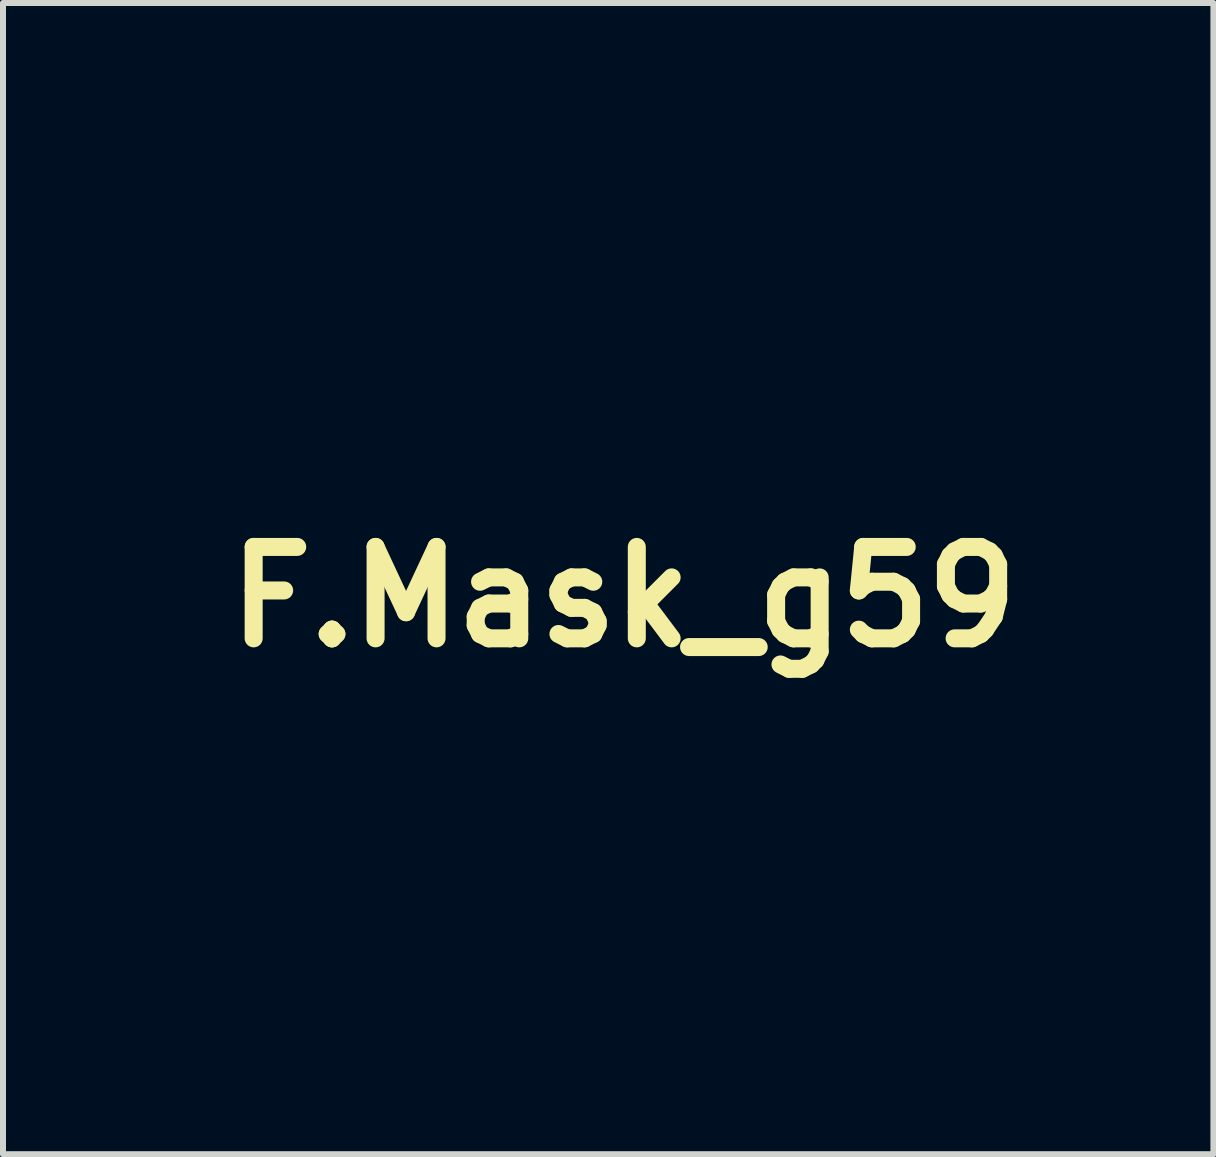
<source format=kicad_pcb>
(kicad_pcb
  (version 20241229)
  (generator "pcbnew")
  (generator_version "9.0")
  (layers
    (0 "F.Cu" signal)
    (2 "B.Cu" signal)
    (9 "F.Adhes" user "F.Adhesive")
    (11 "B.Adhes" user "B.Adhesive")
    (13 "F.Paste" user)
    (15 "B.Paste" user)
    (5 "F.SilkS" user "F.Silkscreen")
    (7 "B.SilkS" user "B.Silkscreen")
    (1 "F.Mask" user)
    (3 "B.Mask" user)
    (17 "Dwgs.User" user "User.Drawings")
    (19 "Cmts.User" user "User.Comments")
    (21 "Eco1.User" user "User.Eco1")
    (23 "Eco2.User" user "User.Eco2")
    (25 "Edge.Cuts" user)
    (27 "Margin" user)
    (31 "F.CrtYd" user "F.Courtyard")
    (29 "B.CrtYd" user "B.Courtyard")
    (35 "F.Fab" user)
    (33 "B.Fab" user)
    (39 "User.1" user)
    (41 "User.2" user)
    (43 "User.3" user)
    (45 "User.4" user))
  (footprint "F.Mask_g59"
    (layer "F.Cu")
    (at 7.347 6.901)
    (property "Reference" "F.Mask_g59" (at 0 0 0) (layer "F.SilkS") (effects (font (size 1.524 1.524) (thickness 0.3))))
    (attr through_hole)
    (fp_poly (pts (xy 1.327 -0.195) (xy 1.349 -0.157) (xy 1.35 -0.13) (xy 1.327 -0.101) (xy 1.284 -0.087) (xy 1.246 -0.095) (xy 1.243 -0.098) (xy 1.228 -0.138) (xy 1.239 -0.186) (xy 1.257 -0.21) (xy 1.292 -0.217) (xy 1.327 -0.195)) (stroke (width 0.01) (type solid)) (fill yes) (layer "F.Mask"))
    (fp_poly (pts (xy 1.699 -2.998) (xy 1.739 -2.961) (xy 1.743 -2.953) (xy 1.755 -2.884) (xy 1.736 -2.837) (xy 1.695 -2.815) (xy 1.64 -2.823) (xy 1.579 -2.865) (xy 1.576 -2.867) (xy 1.54 -2.921) (xy 1.545 -2.969) (xy 1.589 -3.006) (xy 1.642 -3.015) (xy 1.699 -2.998)) (stroke (width 0.01) (type solid)) (fill yes) (layer "F.Mask"))
    (fp_poly (pts (xy -5.676 -2.595) (xy -5.664 -2.591) (xy -5.637 -2.561) (xy -5.632 -2.511) (xy -5.646 -2.458) (xy -5.669 -2.427) (xy -5.714 -2.397) (xy -5.752 -2.402) (xy -5.795 -2.444) (xy -5.798 -2.448) (xy -5.832 -2.496) (xy -5.838 -2.529) (xy -5.818 -2.561) (xy -5.809 -2.57) (xy -5.75 -2.601) (xy -5.676 -2.595)) (stroke (width 0.01) (type solid)) (fill yes) (layer "F.Mask"))
    (fp_poly (pts (xy 0.108 0.028) (xy 0.153 0.069) (xy 0.168 0.124) (xy 0.149 0.185) (xy 0.127 0.212) (xy 0.064 0.249) (xy -0.008 0.246) (xy -0.059 0.221) (xy -0.095 0.174) (xy -0.105 0.113) (xy -0.087 0.058) (xy -0.072 0.041) (xy -0.028 0.021) (xy 0.032 0.013) (xy 0.036 0.013) (xy 0.108 0.028)) (stroke (width 0.01) (type solid)) (fill yes) (layer "F.Mask"))
    (fp_poly (pts (xy 3.806 -3.647) (xy 3.852 -3.612) (xy 3.869 -3.566) (xy 3.854 -3.518) (xy 3.804 -3.477) (xy 3.799 -3.475) (xy 3.743 -3.454) (xy 3.706 -3.457) (xy 3.668 -3.487) (xy 3.662 -3.493) (xy 3.624 -3.551) (xy 3.624 -3.605) (xy 3.66 -3.644) (xy 3.726 -3.661) (xy 3.735 -3.661) (xy 3.806 -3.647)) (stroke (width 0.01) (type solid)) (fill yes) (layer "F.Mask"))
    (fp_poly (pts (xy -5.101 -4.05) (xy -5.061 -4.033) (xy -4.989 -3.979) (xy -4.956 -3.913) (xy -4.964 -3.841) (xy -5.012 -3.768) (xy -5.015 -3.766) (xy -5.087 -3.716) (xy -5.161 -3.708) (xy -5.218 -3.729) (xy -5.283 -3.782) (xy -5.311 -3.854) (xy -5.313 -3.883) (xy -5.295 -3.966) (xy -5.249 -4.025) (xy -5.181 -4.054) (xy -5.101 -4.05)) (stroke (width 0.01) (type solid)) (fill yes) (layer "F.Mask"))
    (fp_poly (pts (xy -0.592 -2.774) (xy -0.54 -2.731) (xy -0.511 -2.667) (xy -0.508 -2.637) (xy -0.525 -2.551) (xy -0.571 -2.491) (xy -0.639 -2.461) (xy -0.72 -2.467) (xy -0.756 -2.481) (xy -0.802 -2.524) (xy -0.83 -2.59) (xy -0.835 -2.663) (xy -0.827 -2.694) (xy -0.785 -2.756) (xy -0.725 -2.788) (xy -0.657 -2.794) (xy -0.592 -2.774)) (stroke (width 0.01) (type solid)) (fill yes) (layer "F.Mask"))
    (fp_poly (pts (xy 3.757 -0.196) (xy 3.764 -0.19) (xy 3.797 -0.137) (xy 3.81 -0.071) (xy 3.801 -0.01) (xy 3.785 0.017) (xy 3.736 0.039) (xy 3.671 0.04) (xy 3.608 0.021) (xy 3.576 -0.001) (xy 3.545 -0.056) (xy 3.556 -0.117) (xy 3.609 -0.182) (xy 3.612 -0.185) (xy 3.665 -0.224) (xy 3.709 -0.227) (xy 3.757 -0.196)) (stroke (width 0.01) (type solid)) (fill yes) (layer "F.Mask"))
    (fp_poly (pts (xy -3.533 -3.697) (xy -3.485 -3.673) (xy -3.48 -3.667) (xy -3.455 -3.607) (xy -3.454 -3.538) (xy -3.476 -3.478) (xy -3.489 -3.464) (xy -3.547 -3.435) (xy -3.616 -3.429) (xy -3.68 -3.447) (xy -3.714 -3.476) (xy -3.742 -3.543) (xy -3.742 -3.613) (xy -3.715 -3.669) (xy -3.713 -3.671) (xy -3.665 -3.696) (xy -3.599 -3.704) (xy -3.533 -3.697)) (stroke (width 0.01) (type solid)) (fill yes) (layer "F.Mask"))
    (fp_poly (pts (xy 4.687 -2.97) (xy 4.754 -2.928) (xy 4.817 -2.864) (xy 4.869 -2.788) (xy 4.903 -2.708) (xy 4.91 -2.655) (xy 4.898 -2.585) (xy 4.863 -2.548) (xy 4.81 -2.546) (xy 4.743 -2.58) (xy 4.712 -2.604) (xy 4.656 -2.667) (xy 4.613 -2.741) (xy 4.585 -2.818) (xy 4.575 -2.889) (xy 4.583 -2.944) (xy 4.612 -2.976) (xy 4.626 -2.98) (xy 4.687 -2.97)) (stroke (width 0.01) (type solid)) (fill yes) (layer "F.Mask"))
    (fp_poly (pts (xy -5.096 2.445) (xy -5.02 2.483) (xy -4.938 2.543) (xy -4.859 2.619) (xy -4.788 2.704) (xy -4.734 2.789) (xy -4.703 2.869) (xy -4.699 2.905) (xy -4.713 2.968) (xy -4.752 2.999) (xy -4.813 2.996) (xy -4.883 2.964) (xy -4.974 2.896) (xy -5.063 2.808) (xy -5.136 2.714) (xy -5.165 2.666) (xy -5.194 2.591) (xy -5.203 2.52) (xy -5.192 2.466) (xy -5.163 2.439) (xy -5.16 2.438) (xy -5.096 2.445)) (stroke (width 0.01) (type solid)) (fill yes) (layer "F.Mask"))
    (fp_poly (pts (xy -2.064 4.082) (xy -1.935 4.116) (xy -1.809 4.167) (xy -1.697 4.232) (xy -1.619 4.297) (xy -1.581 4.353) (xy -1.58 4.4) (xy -1.613 4.435) (xy -1.674 4.456) (xy -1.76 4.463) (xy -1.867 4.454) (xy -1.968 4.433) (xy -2.09 4.393) (xy -2.198 4.345) (xy -2.286 4.29) (xy -2.349 4.234) (xy -2.381 4.181) (xy -2.38 4.143) (xy -2.352 4.114) (xy -2.3 4.088) (xy -2.283 4.082) (xy -2.183 4.07) (xy -2.064 4.082)) (stroke (width 0.01) (type solid)) (fill yes) (layer "F.Mask"))
    (fp_poly (pts (xy 4.417 2.195) (xy 4.417 2.256) (xy 4.417 2.259) (xy 4.393 2.342) (xy 4.351 2.442) (xy 4.297 2.546) (xy 4.238 2.638) (xy 4.212 2.672) (xy 4.164 2.726) (xy 4.132 2.748) (xy 4.109 2.745) (xy 4.099 2.738) (xy 4.084 2.696) (xy 4.085 2.627) (xy 4.103 2.543) (xy 4.134 2.455) (xy 4.151 2.417) (xy 4.207 2.323) (xy 4.263 2.248) (xy 4.317 2.196) (xy 4.363 2.168) (xy 4.398 2.167) (xy 4.417 2.195)) (stroke (width 0.01) (type solid)) (fill yes) (layer "F.Mask"))
    (fp_poly (pts (xy 1.496 1.683) (xy 1.573 1.739) (xy 1.631 1.829) (xy 1.634 1.836) (xy 1.664 1.948) (xy 1.655 2.052) (xy 1.608 2.143) (xy 1.524 2.215) (xy 1.501 2.228) (xy 1.407 2.258) (xy 1.303 2.262) (xy 1.208 2.242) (xy 1.173 2.225) (xy 1.106 2.163) (xy 1.06 2.077) (xy 1.036 1.98) (xy 1.039 1.885) (xy 1.071 1.804) (xy 1.074 1.801) (xy 1.145 1.733) (xy 1.239 1.683) (xy 1.339 1.658) (xy 1.391 1.658) (xy 1.496 1.683)) (stroke (width 0.01) (type solid)) (fill yes) (layer "F.Mask"))
    (fp_poly (pts (xy 2.622 -0.071) (xy 2.741 -0.022) (xy 2.808 0.027) (xy 2.889 0.122) (xy 2.933 0.228) (xy 2.942 0.338) (xy 2.915 0.445) (xy 2.853 0.54) (xy 2.804 0.584) (xy 2.716 0.629) (xy 2.606 0.652) (xy 2.493 0.65) (xy 2.392 0.624) (xy 2.392 0.624) (xy 2.279 0.555) (xy 2.199 0.468) (xy 2.152 0.37) (xy 2.138 0.266) (xy 2.156 0.165) (xy 2.208 0.071) (xy 2.293 -0.008) (xy 2.376 -0.052) (xy 2.498 -0.081) (xy 2.622 -0.071)) (stroke (width 0.01) (type solid)) (fill yes) (layer "F.Mask"))
    (fp_poly (pts (xy -2.466 0.622) (xy -2.414 0.641) (xy -2.362 0.665) (xy -2.256 0.733) (xy -2.187 0.816) (xy -2.154 0.919) (xy -2.149 0.987) (xy -2.169 1.097) (xy -2.219 1.189) (xy -2.294 1.258) (xy -2.385 1.3) (xy -2.485 1.311) (xy -2.588 1.287) (xy -2.625 1.268) (xy -2.731 1.191) (xy -2.798 1.111) (xy -2.826 1.024) (xy -2.819 0.925) (xy -2.815 0.91) (xy -2.774 0.819) (xy -2.708 0.733) (xy -2.628 0.665) (xy -2.56 0.632) (xy -2.51 0.62) (xy -2.466 0.622)) (stroke (width 0.01) (type solid)) (fill yes) (layer "F.Mask"))
    (fp_poly (pts (xy -3.492 -0.149) (xy -3.413 -0.092) (xy -3.358 -0.013) (xy -3.331 0.067) (xy -3.324 0.143) (xy -3.337 0.205) (xy -3.366 0.245) (xy -3.396 0.254) (xy -3.427 0.243) (xy -3.475 0.216) (xy -3.482 0.212) (xy -3.565 0.179) (xy -3.663 0.171) (xy -3.759 0.189) (xy -3.791 0.202) (xy -3.852 0.221) (xy -3.892 0.209) (xy -3.913 0.173) (xy -3.916 0.12) (xy -3.902 0.055) (xy -3.869 -0.014) (xy -3.82 -0.081) (xy -3.761 -0.136) (xy -3.676 -0.174) (xy -3.584 -0.177) (xy -3.492 -0.149)) (stroke (width 0.01) (type solid)) (fill yes) (layer "F.Mask"))
    (fp_poly (pts (xy -0.357 -1.333) (xy -0.276 -1.293) (xy -0.23 -1.245) (xy -0.208 -1.2) (xy -0.188 -1.139) (xy -0.174 -1.074) (xy -0.167 -1.017) (xy -0.17 -0.981) (xy -0.178 -0.974) (xy -0.203 -0.983) (xy -0.253 -1.006) (xy -0.292 -1.027) (xy -0.36 -1.061) (xy -0.412 -1.075) (xy -0.462 -1.07) (xy -0.527 -1.045) (xy -0.567 -1.027) (xy -0.631 -0.999) (xy -0.668 -0.989) (xy -0.686 -0.997) (xy -0.691 -1.007) (xy -0.698 -1.071) (xy -0.681 -1.149) (xy -0.645 -1.222) (xy -0.621 -1.252) (xy -0.539 -1.312) (xy -0.448 -1.339) (xy -0.357 -1.333)) (stroke (width 0.01) (type solid)) (fill yes) (layer "F.Mask"))
    (fp_poly (pts (xy -2.668 -3.883) (xy -2.605 -3.853) (xy -2.541 -3.813) (xy -2.503 -3.783) (xy -2.465 -3.726) (xy -2.455 -3.658) (xy -2.461 -3.6) (xy -2.482 -3.58) (xy -2.523 -3.596) (xy -2.555 -3.619) (xy -2.63 -3.654) (xy -2.723 -3.662) (xy -2.822 -3.646) (xy -2.912 -3.607) (xy -2.974 -3.557) (xy -3.028 -3.506) (xy -3.073 -3.483) (xy -3.101 -3.493) (xy -3.102 -3.494) (xy -3.109 -3.538) (xy -3.098 -3.602) (xy -3.072 -3.67) (xy -3.044 -3.715) (xy -3.004 -3.751) (xy -2.939 -3.794) (xy -2.864 -3.836) (xy -2.791 -3.871) (xy -2.732 -3.892) (xy -2.714 -3.895) (xy -2.668 -3.883)) (stroke (width 0.01) (type solid)) (fill yes) (layer "F.Mask"))
    (fp_poly (pts (xy -4.842 -3.614) (xy -4.762 -3.605) (xy -4.707 -3.585) (xy -4.659 -3.548) (xy -4.657 -3.546) (xy -4.585 -3.448) (xy -4.544 -3.331) (xy -4.535 -3.199) (xy -4.556 -3.061) (xy -4.607 -2.922) (xy -4.687 -2.789) (xy -4.744 -2.72) (xy -4.848 -2.627) (xy -4.96 -2.561) (xy -5.074 -2.523) (xy -5.183 -2.516) (xy -5.28 -2.54) (xy -5.331 -2.572) (xy -5.402 -2.658) (xy -5.443 -2.766) (xy -5.456 -2.888) (xy -5.442 -3.02) (xy -5.403 -3.153) (xy -5.341 -3.282) (xy -5.257 -3.401) (xy -5.153 -3.502) (xy -5.073 -3.558) (xy -5.001 -3.595) (xy -4.941 -3.613) (xy -4.871 -3.615) (xy -4.842 -3.614)) (stroke (width 0.01) (type solid)) (fill yes) (layer "F.Mask"))
    (fp_poly (pts (xy 0.146 -3.825) (xy 0.266 -3.803) (xy 0.374 -3.758) (xy 0.465 -3.688) (xy 0.529 -3.599) (xy 0.556 -3.531) (xy 0.569 -3.466) (xy 0.568 -3.414) (xy 0.552 -3.388) (xy 0.545 -3.387) (xy 0.512 -3.394) (xy 0.454 -3.413) (xy 0.402 -3.432) (xy 0.27 -3.466) (xy 0.118 -3.475) (xy -0.04 -3.461) (xy -0.191 -3.426) (xy -0.319 -3.37) (xy -0.331 -3.364) (xy -0.397 -3.329) (xy -0.439 -3.325) (xy -0.46 -3.355) (xy -0.466 -3.422) (xy -0.466 -3.426) (xy -0.447 -3.535) (xy -0.394 -3.628) (xy -0.315 -3.705) (xy -0.215 -3.764) (xy -0.1 -3.805) (xy 0.022 -3.826) (xy 0.146 -3.825)) (stroke (width 0.01) (type solid)) (fill yes) (layer "F.Mask"))
    (fp_poly (pts (xy -5.556 -2.761) (xy -5.516 -2.693) (xy -5.447 -2.583) (xy -5.367 -2.51) (xy -5.269 -2.469) (xy -5.145 -2.456) (xy -5.137 -2.456) (xy -5.004 -2.475) (xy -4.872 -2.532) (xy -4.751 -2.619) (xy -4.721 -2.647) (xy -4.673 -2.693) (xy -4.637 -2.72) (xy -4.622 -2.724) (xy -4.614 -2.689) (xy -4.634 -2.635) (xy -4.677 -2.571) (xy -4.735 -2.503) (xy -4.804 -2.439) (xy -4.878 -2.385) (xy -4.921 -2.361) (xy -5.014 -2.33) (xy -5.123 -2.315) (xy -5.229 -2.317) (xy -5.308 -2.334) (xy -5.412 -2.392) (xy -5.502 -2.475) (xy -5.568 -2.574) (xy -5.605 -2.678) (xy -5.609 -2.727) (xy -5.603 -2.778) (xy -5.585 -2.79) (xy -5.556 -2.761)) (stroke (width 0.01) (type solid)) (fill yes) (layer "F.Mask"))
    (fp_poly (pts (xy -2.983 1.025) (xy -2.953 1.091) (xy -2.953 1.092) (xy -2.886 1.218) (xy -2.794 1.317) (xy -2.682 1.385) (xy -2.558 1.416) (xy -2.523 1.418) (xy -2.413 1.404) (xy -2.308 1.359) (xy -2.2 1.279) (xy -2.173 1.255) (xy -2.11 1.202) (xy -2.071 1.182) (xy -2.055 1.191) (xy -2.064 1.228) (xy -2.097 1.288) (xy -2.154 1.369) (xy -2.163 1.379) (xy -2.238 1.451) (xy -2.335 1.512) (xy -2.44 1.552) (xy -2.528 1.566) (xy -2.604 1.556) (xy -2.685 1.533) (xy -2.702 1.526) (xy -2.828 1.449) (xy -2.927 1.348) (xy -2.994 1.23) (xy -3.025 1.101) (xy -3.027 1.065) (xy -3.021 1.012) (xy -3.006 0.999) (xy -2.983 1.025)) (stroke (width 0.01) (type solid)) (fill yes) (layer "F.Mask"))
    (fp_poly (pts (xy 2.04 0.338) (xy 2.06 0.384) (xy 2.063 0.397) (xy 2.096 0.477) (xy 2.155 0.561) (xy 2.229 0.638) (xy 2.306 0.693) (xy 2.312 0.696) (xy 2.444 0.737) (xy 2.583 0.74) (xy 2.722 0.705) (xy 2.855 0.633) (xy 2.919 0.582) (xy 2.97 0.539) (xy 2.998 0.525) (xy 3.006 0.538) (xy 2.987 0.609) (xy 2.938 0.686) (xy 2.865 0.761) (xy 2.776 0.824) (xy 2.752 0.837) (xy 2.678 0.861) (xy 2.581 0.877) (xy 2.478 0.882) (xy 2.387 0.876) (xy 2.339 0.864) (xy 2.221 0.801) (xy 2.125 0.705) (xy 2.092 0.659) (xy 2.041 0.562) (xy 2.007 0.469) (xy 1.996 0.392) (xy 2.001 0.358) (xy 2.019 0.329) (xy 2.04 0.338)) (stroke (width 0.01) (type solid)) (fill yes) (layer "F.Mask"))
    (fp_poly (pts (xy 1.27 -2.101) (xy 1.402 -2.064) (xy 1.52 -2) (xy 1.618 -1.911) (xy 1.69 -1.802) (xy 1.729 -1.677) (xy 1.736 -1.6) (xy 1.732 -1.536) (xy 1.722 -1.461) (xy 1.708 -1.389) (xy 1.693 -1.329) (xy 1.679 -1.295) (xy 1.674 -1.291) (xy 1.655 -1.306) (xy 1.617 -1.345) (xy 1.572 -1.395) (xy 1.455 -1.504) (xy 1.322 -1.575) (xy 1.179 -1.607) (xy 1.138 -1.609) (xy 1.02 -1.599) (xy 0.919 -1.565) (xy 0.818 -1.501) (xy 0.795 -1.484) (xy 0.728 -1.436) (xy 0.684 -1.423) (xy 0.658 -1.447) (xy 0.648 -1.509) (xy 0.648 -1.556) (xy 0.668 -1.702) (xy 0.719 -1.834) (xy 0.798 -1.948) (xy 0.899 -2.034) (xy 0.987 -2.076) (xy 1.13 -2.106) (xy 1.27 -2.101)) (stroke (width 0.01) (type solid)) (fill yes) (layer "F.Mask"))
    (fp_poly (pts (xy 0.527 -1.449) (xy 0.56 -1.393) (xy 0.563 -1.387) (xy 0.667 -1.238) (xy 0.787 -1.116) (xy 0.918 -1.024) (xy 1.054 -0.968) (xy 1.184 -0.95) (xy 1.286 -0.959) (xy 1.385 -0.989) (xy 1.488 -1.043) (xy 1.604 -1.125) (xy 1.67 -1.178) (xy 1.738 -1.234) (xy 1.793 -1.276) (xy 1.829 -1.3) (xy 1.837 -1.303) (xy 1.833 -1.281) (xy 1.813 -1.232) (xy 1.783 -1.165) (xy 1.78 -1.157) (xy 1.689 -1.009) (xy 1.575 -0.891) (xy 1.443 -0.807) (xy 1.297 -0.757) (xy 1.143 -0.744) (xy 0.986 -0.771) (xy 0.961 -0.779) (xy 0.844 -0.834) (xy 0.729 -0.911) (xy 0.629 -1) (xy 0.569 -1.076) (xy 0.522 -1.167) (xy 0.49 -1.266) (xy 0.474 -1.358) (xy 0.479 -1.431) (xy 0.482 -1.439) (xy 0.495 -1.467) (xy 0.507 -1.472) (xy 0.527 -1.449)) (stroke (width 0.01) (type solid)) (fill yes) (layer "F.Mask"))
    (fp_poly (pts (xy 0.725 -3.487) (xy 0.742 -3.461) (xy 0.754 -3.399) (xy 0.758 -3.345) (xy 0.758 -3.255) (xy 0.744 -3.182) (xy 0.712 -3.104) (xy 0.709 -3.099) (xy 0.628 -2.98) (xy 0.516 -2.881) (xy 0.381 -2.805) (xy 0.229 -2.756) (xy 0.069 -2.735) (xy -0.093 -2.746) (xy -0.201 -2.772) (xy -0.351 -2.84) (xy -0.478 -2.935) (xy -0.578 -3.05) (xy -0.643 -3.18) (xy -0.657 -3.23) (xy -0.663 -3.289) (xy -0.651 -3.313) (xy -0.625 -3.298) (xy -0.598 -3.256) (xy -0.564 -3.205) (xy -0.511 -3.139) (xy -0.451 -3.076) (xy -0.38 -3.01) (xy -0.313 -2.966) (xy -0.231 -2.933) (xy -0.19 -2.919) (xy -0.015 -2.887) (xy 0.156 -2.895) (xy 0.319 -2.943) (xy 0.468 -3.03) (xy 0.513 -3.067) (xy 0.579 -3.14) (xy 0.637 -3.232) (xy 0.679 -3.328) (xy 0.698 -3.413) (xy 0.699 -3.424) (xy 0.705 -3.476) (xy 0.725 -3.487) (xy 0.725 -3.487)) (stroke (width 0.01) (type solid)) (fill yes) (layer "F.Mask"))
    (fp_poly (pts (xy -0.249 -6.896) (xy -0.073 -6.892) (xy 0.076 -6.883) (xy 0.097 -6.881) (xy 0.614 -6.814) (xy 1.122 -6.707) (xy 1.624 -6.56) (xy 2.121 -6.371) (xy 2.408 -6.244) (xy 2.647 -6.132) (xy 2.757 -6.208) (xy 2.87 -6.279) (xy 2.965 -6.323) (xy 3.056 -6.344) (xy 3.154 -6.347) (xy 3.164 -6.346) (xy 3.296 -6.321) (xy 3.446 -6.265) (xy 3.607 -6.182) (xy 3.775 -6.077) (xy 3.943 -5.954) (xy 4.106 -5.818) (xy 4.258 -5.674) (xy 4.394 -5.526) (xy 4.509 -5.379) (xy 4.597 -5.236) (xy 4.646 -5.123) (xy 4.667 -5.038) (xy 4.669 -4.96) (xy 4.649 -4.876) (xy 4.606 -4.771) (xy 4.604 -4.766) (xy 4.575 -4.696) (xy 4.555 -4.637) (xy 4.551 -4.609) (xy 4.563 -4.574) (xy 4.597 -4.516) (xy 4.645 -4.444) (xy 4.675 -4.405) (xy 4.961 -4) (xy 5.215 -3.57) (xy 5.436 -3.115) (xy 5.623 -2.638) (xy 5.776 -2.141) (xy 5.893 -1.628) (xy 5.941 -1.344) (xy 5.959 -1.182) (xy 5.972 -0.988) (xy 5.98 -0.772) (xy 5.982 -0.542) (xy 5.978 -0.308) (xy 5.97 -0.08) (xy 5.956 0.132) (xy 5.937 0.32) (xy 5.931 0.366) (xy 5.911 0.521) (xy 5.9 0.635) (xy 5.898 0.707) (xy 5.904 0.736) (xy 5.93 0.772) (xy 5.976 0.821) (xy 6.002 0.846) (xy 6.085 0.949) (xy 6.135 1.075) (xy 6.151 1.223) (xy 6.135 1.396) (xy 6.086 1.594) (xy 6.02 1.777) (xy 5.957 1.921) (xy 5.891 2.039) (xy 5.812 2.148) (xy 5.71 2.262) (xy 5.71 2.263) (xy 5.635 2.335) (xy 5.569 2.38) (xy 5.497 2.404) (xy 5.404 2.413) (xy 5.358 2.414) (xy 5.26 2.415) (xy 5.092 2.694) (xy 4.823 3.101) (xy 4.518 3.493) (xy 4.182 3.864) (xy 3.819 4.211) (xy 3.434 4.527) (xy 3.033 4.809) (xy 2.978 4.844) (xy 2.824 4.934) (xy 2.638 5.033) (xy 2.43 5.136) (xy 2.208 5.239) (xy 1.982 5.338) (xy 1.761 5.428) (xy 1.553 5.506) (xy 1.549 5.507) (xy 1.427 5.55) (xy 1.338 5.586) (xy 1.276 5.618) (xy 1.232 5.654) (xy 1.202 5.697) (xy 1.176 5.755) (xy 1.152 5.824) (xy 1.12 5.911) (xy 1.084 5.987) (xy 1.053 6.039) (xy 1.045 6.048) (xy 0.968 6.103) (xy 0.855 6.154) (xy 0.712 6.2) (xy 0.545 6.237) (xy 0.36 6.265) (xy 0.355 6.266) (xy 0.254 6.277) (xy 0.181 6.282) (xy 0.124 6.282) (xy 0.069 6.276) (xy 0.042 6.272) (xy -0.022 6.261) (xy -0.061 6.253) (xy -0.096 6.234) (xy -0.152 6.192) (xy -0.223 6.132) (xy -0.3 6.06) (xy -0.305 6.056) (xy -0.382 5.983) (xy -0.452 5.92) (xy -0.473 5.902) (xy 0.041 5.902) (xy 0.061 5.902) (xy 0.079 5.898) (xy 0.12 5.888) (xy 0.185 5.874) (xy 0.237 5.863) (xy 0.32 5.849) (xy 0.423 5.836) (xy 0.526 5.824) (xy 0.534 5.824) (xy 0.709 5.808) (xy 0.614 5.78) (xy 0.492 5.763) (xy 0.354 5.772) (xy 0.216 5.806) (xy 0.155 5.83) (xy 0.092 5.862) (xy 0.052 5.887) (xy 0.041 5.902) (xy -0.473 5.902) (xy -0.506 5.873) (xy -0.539 5.849) (xy -0.54 5.848) (xy -0.578 5.837) (xy -0.648 5.826) (xy -0.737 5.817) (xy -0.794 5.812) (xy -1.061 5.789) (xy -1.346 5.755) (xy -1.627 5.713) (xy -1.799 5.682) (xy -1.941 5.655) (xy -2.049 5.639) (xy -2.132 5.633) (xy -2.198 5.637) (xy -2.255 5.653) (xy -2.311 5.68) (xy -2.363 5.711) (xy -2.44 5.764) (xy -2.516 5.82) (xy -2.564 5.859) (xy -2.684 5.945) (xy -2.81 5.994) (xy -2.948 6.008) (xy -3.105 5.987) (xy -3.14 5.978) (xy -3.336 5.92) (xy -3.53 5.846) (xy -3.717 5.76) (xy -3.891 5.665) (xy -4.045 5.564) (xy -4.174 5.461) (xy -4.272 5.36) (xy -4.324 5.283) (xy -4.345 5.23) (xy -4.362 5.163) (xy -4.366 5.135) (xy -3.998 5.135) (xy -3.997 5.14) (xy -3.978 5.149) (xy -3.934 5.164) (xy -3.861 5.187) (xy -3.799 5.205) (xy -3.673 5.251) (xy -3.525 5.316) (xy -3.371 5.393) (xy -3.223 5.475) (xy -3.094 5.556) (xy -3.08 5.566) (xy -3.011 5.613) (xy -2.957 5.649) (xy -2.925 5.668) (xy -2.921 5.67) (xy -2.93 5.657) (xy -2.965 5.622) (xy -3.017 5.572) (xy -3.04 5.55) (xy -3.241 5.391) (xy -3.462 5.267) (xy -3.536 5.235) (xy -3.616 5.206) (xy -3.708 5.179) (xy -3.802 5.155) (xy -3.888 5.137) (xy -3.953 5.128) (xy -3.987 5.13) (xy -3.998 5.135) (xy -4.366 5.135) (xy -4.374 5.074) (xy -4.383 4.952) (xy -4.384 4.942) (xy -4.392 4.834) (xy -4.403 4.732) (xy -4.408 4.7) (xy 2.501 4.7) (xy 2.521 4.692) (xy 2.579 4.663) (xy 2.614 4.645) (xy 2.691 4.603) (xy 2.789 4.544) (xy 2.898 4.477) (xy 3.003 4.41) (xy 3.003 4.41) (xy 3.194 4.282) (xy 3.365 4.16) (xy 3.521 4.041) (xy 3.666 3.919) (xy 3.806 3.789) (xy 3.944 3.648) (xy 4.085 3.491) (xy 4.234 3.312) (xy 4.396 3.109) (xy 4.576 2.874) (xy 4.613 2.826) (xy 4.678 2.738) (xy 4.718 2.682) (xy 4.735 2.656) (xy 4.728 2.659) (xy 4.701 2.689) (xy 4.654 2.745) (xy 4.588 2.825) (xy 4.505 2.929) (xy 4.435 3.018) (xy 4.296 3.187) (xy 4.141 3.364) (xy 3.977 3.541) (xy 3.813 3.709) (xy 3.655 3.861) (xy 3.511 3.99) (xy 3.461 4.031) (xy 3.343 4.123) (xy 3.208 4.224) (xy 3.065 4.328) (xy 2.924 4.427) (xy 2.793 4.515) (xy 2.683 4.586) (xy 2.656 4.602) (xy 2.568 4.654) (xy 2.516 4.687) (xy 2.501 4.7) (xy -4.408 4.7) (xy -4.415 4.651) (xy -4.418 4.636) (xy -4.043 4.636) (xy -4.035 4.653) (xy -4.029 4.65) (xy -4.026 4.624) (xy -4.029 4.621) (xy -4.041 4.624) (xy -4.043 4.636) (xy -4.418 4.636) (xy -4.425 4.604) (xy -4.437 4.574) (xy -4.461 4.537) (xy -4.499 4.489) (xy -4.555 4.426) (xy -4.631 4.346) (xy -4.73 4.245) (xy -4.855 4.12) (xy -4.921 4.054) (xy -5.103 3.872) (xy -5.259 3.711) (xy -5.394 3.565) (xy -5.515 3.426) (xy -5.627 3.287) (xy -5.735 3.143) (xy -5.847 2.985) (xy -5.9 2.906) (xy -5.964 2.814) (xy -6.021 2.733) (xy -6.067 2.672) (xy -6.096 2.637) (xy -6.102 2.631) (xy -6.132 2.624) (xy -6.196 2.617) (xy -6.282 2.611) (xy -6.357 2.609) (xy -6.498 2.601) (xy -6.597 2.587) (xy -6.649 2.571) (xy -6.721 2.514) (xy -6.794 2.425) (xy -6.863 2.313) (xy -6.872 2.294) (xy -6.017 2.294) (xy -5.987 2.309) (xy -5.98 2.312) (xy -5.928 2.334) (xy -5.881 2.369) (xy -5.833 2.42) (xy -5.778 2.495) (xy -5.712 2.599) (xy -5.682 2.648) (xy -5.573 2.823) (xy -5.469 2.977) (xy -5.358 3.125) (xy -5.23 3.281) (xy -5.185 3.334) (xy -5.096 3.434) (xy -4.991 3.544) (xy -4.878 3.658) (xy -4.761 3.772) (xy -4.646 3.88) (xy -4.539 3.978) (xy -4.444 4.058) (xy -4.368 4.118) (xy -4.322 4.147) (xy -4.281 4.182) (xy -4.23 4.245) (xy -4.176 4.324) (xy -4.127 4.409) (xy -4.091 4.487) (xy -4.08 4.517) (xy -4.062 4.566) (xy -4.05 4.574) (xy -4.047 4.565) (xy -4.052 4.527) (xy -4.073 4.465) (xy -4.105 4.393) (xy -4.106 4.39) (xy -4.162 4.294) (xy -4.233 4.208) (xy -4.314 4.134) (xy -4.412 4.046) (xy -4.529 3.936) (xy -4.543 3.922) (xy -2.582 3.922) (xy -2.574 3.959) (xy -2.552 4.022) (xy -2.522 4.099) (xy -2.488 4.179) (xy -2.455 4.25) (xy -2.429 4.3) (xy -2.422 4.31) (xy -2.355 4.373) (xy -2.255 4.431) (xy -2.133 4.482) (xy -1.998 4.521) (xy -1.861 4.544) (xy -1.774 4.549) (xy -1.689 4.547) (xy -1.622 4.534) (xy -1.552 4.506) (xy -1.499 4.48) (xy -1.419 4.436) (xy -1.342 4.392) (xy -1.291 4.361) (xy -1.217 4.314) (xy -1.31 4.327) (xy -1.391 4.33) (xy -1.45 4.309) (xy -1.453 4.308) (xy -1.494 4.265) (xy -1.496 4.217) (xy -1.459 4.158) (xy -1.448 4.146) (xy -1.392 4.088) (xy -1.485 4.12) (xy -1.558 4.139) (xy -1.621 4.137) (xy -1.655 4.129) (xy -1.733 4.089) (xy -1.754 4.067) (xy 0.984 4.067) (xy 1.132 4.117) (xy 1.228 4.15) (xy 1.326 4.184) (xy 1.397 4.209) (xy 1.471 4.235) (xy 1.525 4.248) (xy 1.575 4.249) (xy 1.638 4.239) (xy 1.711 4.222) (xy 1.835 4.185) (xy 1.967 4.131) (xy 2.097 4.065) (xy 2.219 3.993) (xy 2.323 3.919) (xy 2.402 3.847) (xy 2.444 3.79) (xy 2.462 3.747) (xy 2.485 3.68) (xy 2.51 3.599) (xy 2.535 3.514) (xy 2.556 3.435) (xy 2.571 3.372) (xy 2.577 3.336) (xy 2.576 3.331) (xy 2.561 3.342) (xy 2.531 3.379) (xy 2.511 3.407) (xy 2.465 3.465) (xy 2.418 3.489) (xy 2.357 3.484) (xy 2.294 3.461) (xy 2.245 3.437) (xy 2.226 3.411) (xy 2.228 3.364) (xy 2.231 3.35) (xy 2.237 3.302) (xy 2.234 3.291) (xy 2.582 3.291) (xy 2.593 3.302) (xy 2.603 3.291) (xy 2.593 3.281) (xy 2.582 3.291) (xy 2.234 3.291) (xy 2.233 3.29) (xy 2.218 3.31) (xy 2.217 3.312) (xy 2.123 3.423) (xy 2.003 3.502) (xy 1.941 3.526) (xy 1.873 3.546) (xy 1.831 3.553) (xy 1.8 3.546) (xy 1.766 3.524) (xy 1.755 3.516) (xy 1.691 3.468) (xy 1.705 3.542) (xy 1.71 3.588) (xy 1.7 3.619) (xy 1.666 3.65) (xy 1.628 3.676) (xy 1.554 3.717) (xy 1.481 3.732) (xy 1.436 3.733) (xy 1.376 3.732) (xy 1.352 3.736) (xy 1.358 3.749) (xy 1.381 3.768) (xy 1.411 3.795) (xy 1.417 3.82) (xy 1.401 3.858) (xy 1.39 3.879) (xy 1.336 3.969) (xy 1.281 4.025) (xy 1.217 4.055) (xy 1.131 4.065) (xy 1.116 4.066) (xy 0.984 4.067) (xy -1.754 4.067) (xy -1.791 4.029) (xy -1.819 3.96) (xy -1.82 3.942) (xy -1.82 3.889) (xy -1.866 3.947) (xy -1.902 3.984) (xy -1.94 3.997) (xy -1.998 3.994) (xy -2.085 3.965) (xy -2.143 3.917) (xy -2.18 3.879) (xy -2.197 3.872) (xy -2.201 3.892) (xy -2.215 3.938) (xy -2.26 3.97) (xy -2.34 3.99) (xy -2.358 3.993) (xy -2.428 3.998) (xy -2.478 3.986) (xy -2.52 3.961) (xy -2.56 3.933) (xy -2.581 3.922) (xy -2.582 3.922) (xy -4.543 3.922) (xy -4.658 3.811) (xy -4.792 3.676) (xy -4.925 3.54) (xy -5.027 3.433) (xy -0.781 3.433) (xy -0.769 3.504) (xy -0.73 3.585) (xy -0.681 3.649) (xy -0.587 3.723) (xy -0.482 3.761) (xy -0.374 3.761) (xy -0.29 3.733) (xy -0.262 3.715) (xy 1.291 3.715) (xy 1.302 3.725) (xy 1.312 3.715) (xy 1.302 3.704) (xy 1.291 3.715) (xy -0.262 3.715) (xy -0.183 3.662) (xy -0.105 3.573) (xy -0.093 3.552) (xy -0.066 3.491) (xy -0.065 3.462) (xy -0.089 3.467) (xy -0.136 3.505) (xy -0.164 3.533) (xy -0.256 3.612) (xy -0.348 3.653) (xy -0.449 3.659) (xy -0.497 3.653) (xy -0.566 3.628) (xy -0.64 3.584) (xy -0.707 3.529) (xy -0.753 3.475) (xy -0.764 3.45) (xy -0.775 3.422) (xy -0.781 3.433) (xy -0.781 3.433) (xy -5.027 3.433) (xy -5.051 3.407) (xy -5.163 3.286) (xy -5.255 3.182) (xy -5.304 3.122) (xy -5.38 3.023) (xy -5.468 2.902) (xy -5.559 2.774) (xy -5.643 2.653) (xy -5.656 2.633) (xy -5.736 2.515) (xy -5.753 2.492) (xy -5.282 2.492) (xy -5.27 2.635) (xy -5.223 2.763) (xy -5.137 2.88) (xy -5.107 2.911) (xy -5.013 2.991) (xy -4.923 3.04) (xy -4.823 3.063) (xy -4.731 3.067) (xy -4.641 3.064) (xy -4.554 3.058) (xy -4.498 3.05) (xy -4.45 3.036) (xy -4.444 3.022) (xy -4.479 3.009) (xy -4.53 3.001) (xy -4.566 2.99) (xy -4.583 2.959) (xy -4.589 2.917) (xy -4.588 2.861) (xy -4.569 2.828) (xy -4.54 2.81) (xy -4.484 2.781) (xy -4.57 2.755) (xy -4.654 2.713) (xy -4.705 2.651) (xy -4.72 2.576) (xy -4.704 2.52) (xy -3.851 2.52) (xy -3.844 2.58) (xy -3.824 2.637) (xy -3.799 2.686) (xy -3.722 2.793) (xy -3.62 2.892) (xy -3.514 2.963) (xy -3.45 2.986) (xy -3.36 3.002) (xy -3.263 3.01) (xy -3.176 3.008) (xy -3.154 3.005) (xy -3.081 2.985) (xy -3.011 2.956) (xy -2.944 2.914) (xy -2.874 2.859) (xy -2.813 2.802) (xy -2.774 2.754) (xy -2.772 2.751) (xy -2.771 2.736) (xy -2.796 2.741) (xy -2.851 2.765) (xy -2.898 2.788) (xy -2.985 2.829) (xy -3.055 2.852) (xy -3.128 2.862) (xy -3.179 2.863) (xy -3.331 2.843) (xy -3.468 2.783) (xy -3.591 2.684) (xy -3.607 2.666) (xy -3.675 2.58) (xy -3.718 2.496) (xy -3.741 2.398) (xy -3.748 2.273) (xy -3.748 2.271) (xy -3.75 2.106) (xy -3.794 2.201) (xy -3.819 2.276) (xy -3.839 2.369) (xy -3.848 2.437) (xy -3.851 2.52) (xy -4.704 2.52) (xy -4.697 2.494) (xy -4.697 2.493) (xy -4.683 2.462) (xy -4.697 2.459) (xy -4.712 2.465) (xy -4.777 2.487) (xy -4.82 2.487) (xy -4.856 2.463) (xy -4.866 2.453) (xy -4.899 2.399) (xy -4.911 2.346) (xy -4.918 2.3) (xy -4.936 2.286) (xy -4.957 2.309) (xy -4.96 2.315) (xy -4.992 2.35) (xy -5.042 2.359) (xy -5.101 2.345) (xy -5.155 2.312) (xy -5.194 2.263) (xy -5.203 2.24) (xy -5.212 2.207) (xy -5.221 2.198) (xy -5.231 2.218) (xy -5.245 2.271) (xy -5.258 2.328) (xy -5.282 2.492) (xy -5.753 2.492) (xy -5.799 2.429) (xy -5.849 2.37) (xy -5.89 2.334) (xy -5.913 2.32) (xy -5.968 2.298) (xy -6.01 2.288) (xy -6.015 2.288) (xy -6.017 2.294) (xy -6.872 2.294) (xy -6.925 2.185) (xy -6.975 2.053) (xy -7.009 1.923) (xy -7.024 1.807) (xy -7.019 1.731) (xy -6.995 1.67) (xy -6.939 1.587) (xy -6.858 1.49) (xy -6.802 1.426) (xy -6.76 1.373) (xy -6.732 1.323) (xy -6.717 1.27) (xy -6.713 1.207) (xy -6.72 1.126) (xy -6.738 1.021) (xy -6.766 0.886) (xy -6.783 0.804) (xy -6.842 0.503) (xy -6.888 0.236) (xy -6.921 -0.004) (xy -6.941 -0.222) (xy -6.95 -0.425) (xy -6.951 -0.461) (xy -6.951 -0.546) (xy -6.618 -0.546) (xy -6.616 -0.396) (xy -6.616 -0.392) (xy -6.611 -0.22) (xy -6.603 -0.071) (xy -6.589 0.063) (xy -6.568 0.193) (xy -6.539 0.328) (xy -6.499 0.476) (xy -6.447 0.647) (xy -6.393 0.814) (xy -6.349 0.951) (xy -6.318 1.055) (xy -6.299 1.134) (xy -6.291 1.194) (xy -6.293 1.243) (xy -6.303 1.287) (xy -6.317 1.324) (xy -6.337 1.378) (xy -6.337 1.395) (xy -6.32 1.374) (xy -6.298 1.335) (xy -6.277 1.282) (xy -6.268 1.221) (xy -6.272 1.146) (xy -6.29 1.05) (xy -6.322 0.926) (xy -6.359 0.802) (xy -6.397 0.666) (xy -5.841 0.666) (xy -5.835 0.73) (xy -5.823 0.789) (xy -5.819 0.802) (xy -5.774 0.874) (xy -5.7 0.915) (xy -5.597 0.925) (xy -5.581 0.924) (xy -5.516 0.915) (xy -5.467 0.899) (xy -5.455 0.892) (xy -5.447 0.877) (xy -5.473 0.876) (xy -5.497 0.88) (xy -5.594 0.881) (xy -5.681 0.847) (xy -5.75 0.785) (xy -5.791 0.703) (xy -5.8 0.642) (xy -5.806 0.591) (xy -5.82 0.561) (xy -5.821 0.561) (xy -5.834 0.57) (xy -5.841 0.608) (xy -5.841 0.666) (xy -6.397 0.666) (xy -6.432 0.546) (xy -6.493 0.299) (xy -6.541 0.068) (xy -6.576 -0.144) (xy -6.596 -0.331) (xy -6.6 -0.486) (xy -6.596 -0.55) (xy -6.593 -0.632) (xy -6.598 -0.709) (xy -6.604 -0.741) (xy -6.611 -0.752) (xy -6.615 -0.723) (xy -6.618 -0.655) (xy -6.618 -0.546) (xy -6.951 -0.546) (xy -6.953 -0.764) (xy -7.086 -0.862) (xy -6.664 -0.862) (xy -6.659 -0.85) (xy -6.638 -0.827) (xy -6.625 -0.832) (xy -6.625 -0.835) (xy -6.64 -0.853) (xy -6.65 -0.859) (xy -6.664 -0.862) (xy -7.086 -0.862) (xy -7.091 -0.866) (xy -7.187 -0.938) (xy -7.253 -0.995) (xy -7.297 -1.046) (xy -7.322 -1.1) (xy -7.335 -1.166) (xy -7.34 -1.253) (xy -7.342 -1.282) (xy -7.341 -1.306) (xy -7.038 -1.306) (xy -7.034 -1.295) (xy -7.014 -1.322) (xy -6.985 -1.375) (xy -6.951 -1.48) (xy -6.944 -1.581) (xy -6.948 -1.676) (xy -6.956 -1.732) (xy -6.966 -1.748) (xy -6.977 -1.723) (xy -6.988 -1.658) (xy -6.993 -1.605) (xy -7.002 -1.512) (xy -7.013 -1.428) (xy -7.024 -1.367) (xy -7.027 -1.356) (xy -7.038 -1.306) (xy -7.341 -1.306) (xy -7.337 -1.475) (xy -7.312 -1.664) (xy -7.268 -1.835) (xy -7.222 -1.947) (xy -7.195 -2) (xy -7.168 -2.038) (xy -7.132 -2.071) (xy -7.08 -2.104) (xy -7.002 -2.146) (xy -6.955 -2.17) (xy -6.867 -2.217) (xy -6.791 -2.262) (xy -6.737 -2.3) (xy -6.716 -2.321) (xy -6.699 -2.354) (xy -6.669 -2.42) (xy -6.63 -2.511) (xy -6.587 -2.614) (xy -6.249 -2.614) (xy -6.238 -2.106) (xy -6.234 -1.936) (xy -6.229 -1.796) (xy -6.221 -1.677) (xy -6.209 -1.57) (xy -6.192 -1.466) (xy -6.169 -1.355) (xy -6.137 -1.227) (xy -6.095 -1.074) (xy -6.064 -0.963) (xy -6.025 -0.783) (xy -5.998 -0.568) (xy -5.991 -0.487) (xy -5.977 -0.317) (xy -5.961 -0.181) (xy -5.941 -0.069) (xy -5.915 0.029) (xy -5.88 0.12) (xy -5.863 0.159) (xy -5.815 0.257) (xy -5.77 0.322) (xy -5.722 0.359) (xy -5.661 0.377) (xy -5.585 0.381) (xy -5.51 0.383) (xy -5.461 0.394) (xy -5.421 0.419) (xy -5.386 0.452) (xy -5.34 0.507) (xy -5.309 0.562) (xy -5.303 0.579) (xy -5.29 0.642) (xy -5.282 0.683) (xy -5.254 0.727) (xy -5.184 0.78) (xy -5.137 0.808) (xy -5.054 0.865) (xy -4.959 0.942) (xy -4.869 1.027) (xy -4.856 1.041) (xy -4.733 1.17) (xy -4.633 1.272) (xy -4.551 1.353) (xy -4.483 1.415) (xy -4.422 1.464) (xy -4.363 1.504) (xy -4.303 1.539) (xy -4.255 1.565) (xy -4.11 1.643) (xy -3.973 1.723) (xy -3.853 1.801) (xy -3.758 1.87) (xy -3.711 1.91) (xy -3.643 1.974) (xy -3.573 1.915) (xy -3.476 1.848) (xy -3.37 1.81) (xy -3.243 1.796) (xy -3.214 1.795) (xy -3.104 1.802) (xy -3.01 1.826) (xy -2.955 1.848) (xy -2.839 1.923) (xy -2.747 2.027) (xy -2.68 2.152) (xy -2.643 2.29) (xy -2.639 2.431) (xy -2.67 2.569) (xy -2.676 2.584) (xy -2.676 2.603) (xy -2.654 2.62) (xy -2.602 2.636) (xy -2.536 2.651) (xy -2.438 2.674) (xy -2.322 2.704) (xy -2.213 2.734) (xy -2.201 2.737) (xy -2.098 2.766) (xy -1.974 2.799) (xy -1.85 2.831) (xy -1.799 2.843) (xy -1.696 2.872) (xy -1.569 2.913) (xy -1.432 2.962) (xy -1.301 3.013) (xy -1.27 3.026) (xy -1.157 3.072) (xy -1.05 3.113) (xy -0.958 3.145) (xy -0.892 3.164) (xy -0.872 3.169) (xy -0.81 3.173) (xy -0.767 3.16) (xy -0.72 3.122) (xy -0.713 3.116) (xy -0.607 3.036) (xy -0.493 2.993) (xy -0.379 2.986) (xy -0.271 3.014) (xy -0.176 3.078) (xy -0.114 3.154) (xy -0.06 3.235) (xy -0.015 3.284) (xy 0.034 3.311) (xy 0.098 3.321) (xy 0.163 3.323) (xy 0.253 3.319) (xy 0.321 3.305) (xy 0.388 3.276) (xy 0.413 3.262) (xy 0.467 3.225) (xy 0.543 3.166) (xy 0.632 3.092) (xy 0.724 3.011) (xy 0.751 2.986) (xy 0.853 2.897) (xy 3.871 2.897) (xy 4 2.867) (xy 4.081 2.845) (xy 4.154 2.821) (xy 4.191 2.804) (xy 4.25 2.766) (xy 4.307 2.717) (xy 4.309 2.714) (xy 4.366 2.639) (xy 4.397 2.581) (xy 4.789 2.581) (xy 4.792 2.582) (xy 4.811 2.567) (xy 4.815 2.561) (xy 4.821 2.541) (xy 4.818 2.54) (xy 4.799 2.555) (xy 4.794 2.561) (xy 4.789 2.581) (xy 4.397 2.581) (xy 4.421 2.537) (xy 4.467 2.426) (xy 4.497 2.321) (xy 4.504 2.275) (xy 4.506 2.211) (xy 4.497 2.155) (xy 4.472 2.09) (xy 4.438 2.02) (xy 4.401 1.949) (xy 4.385 1.921) (xy 5.461 1.921) (xy 5.462 1.996) (xy 5.466 2.048) (xy 5.472 2.07) (xy 5.473 2.07) (xy 5.481 2.044) (xy 5.493 1.988) (xy 5.504 1.915) (xy 5.505 1.913) (xy 5.537 1.748) (xy 5.589 1.573) (xy 5.654 1.406) (xy 5.706 1.298) (xy 5.75 1.216) (xy 5.772 1.168) (xy 5.772 1.151) (xy 5.752 1.162) (xy 5.723 1.187) (xy 5.656 1.27) (xy 5.593 1.385) (xy 5.538 1.52) (xy 5.495 1.665) (xy 5.468 1.81) (xy 5.461 1.921) (xy 4.385 1.921) (xy 4.379 1.912) (xy 4.368 1.905) (xy 4.365 1.926) (xy 4.365 1.943) (xy 4.357 2.002) (xy 4.334 2.046) (xy 4.334 2.046) (xy 4.306 2.067) (xy 4.275 2.065) (xy 4.238 2.048) (xy 4.176 2.017) (xy 4.176 2.098) (xy 4.159 2.189) (xy 4.115 2.265) (xy 4.057 2.31) (xy 4.024 2.335) (xy 4.015 2.377) (xy 4.017 2.4) (xy 4.012 2.465) (xy 3.976 2.527) (xy 3.971 2.534) (xy 3.938 2.577) (xy 3.931 2.604) (xy 3.948 2.625) (xy 3.976 2.673) (xy 3.978 2.738) (xy 3.957 2.804) (xy 3.925 2.846) (xy 3.871 2.897) (xy 0.853 2.897) (xy 0.947 2.815) (xy 1.123 2.679) (xy 1.281 2.58) (xy 1.405 2.522) (xy 1.474 2.501) (xy 1.548 2.484) (xy 2.508 2.484) (xy 2.515 2.498) (xy 2.544 2.523) (xy 2.587 2.553) (xy 2.636 2.582) (xy 2.684 2.606) (xy 2.699 2.612) (xy 2.766 2.635) (xy 2.817 2.642) (xy 2.87 2.637) (xy 2.932 2.622) (xy 3.04 2.576) (xy 3.133 2.502) (xy 3.205 2.407) (xy 3.247 2.301) (xy 3.255 2.193) (xy 3.254 2.186) (xy 3.238 2.108) (xy 3.212 2.033) (xy 3.212 2.032) (xy 3.181 1.958) (xy 3.181 2.085) (xy 3.164 2.224) (xy 3.113 2.339) (xy 3.03 2.43) (xy 3.007 2.447) (xy 2.888 2.505) (xy 2.76 2.526) (xy 2.618 2.511) (xy 2.529 2.487) (xy 2.508 2.484) (xy 1.548 2.484) (xy 1.571 2.479) (xy 1.682 2.459) (xy 1.767 2.446) (xy 1.923 2.424) (xy 2.043 2.402) (xy 2.137 2.379) (xy 2.212 2.353) (xy 2.254 2.334) (xy 2.305 2.304) (xy 2.332 2.273) (xy 2.343 2.225) (xy 2.345 2.159) (xy 2.358 2.028) (xy 2.401 1.923) (xy 2.475 1.835) (xy 2.589 1.758) (xy 2.716 1.721) (xy 2.849 1.723) (xy 2.983 1.764) (xy 3.004 1.775) (xy 3.092 1.821) (xy 3.211 1.709) (xy 3.286 1.635) (xy 3.345 1.564) (xy 3.396 1.486) (xy 3.444 1.391) (xy 3.496 1.269) (xy 3.515 1.223) (xy 3.6 1.025) (xy 3.694 0.842) (xy 3.771 0.716) (xy 5.532 0.716) (xy 5.536 0.771) (xy 5.537 0.776) (xy 5.548 0.805) (xy 5.554 0.803) (xy 5.559 0.766) (xy 5.561 0.72) (xy 5.567 0.656) (xy 5.577 0.562) (xy 5.591 0.449) (xy 5.608 0.327) (xy 5.614 0.286) (xy 5.631 0.138) (xy 5.645 -0.034) (xy 5.654 -0.223) (xy 5.66 -0.421) (xy 5.661 -0.62) (xy 5.659 -0.81) (xy 5.652 -0.984) (xy 5.641 -1.133) (xy 5.626 -1.249) (xy 5.624 -1.259) (xy 5.591 -1.429) (xy 5.605 -1.185) (xy 5.619 -0.841) (xy 5.62 -0.493) (xy 5.608 -0.153) (xy 5.585 0.165) (xy 5.569 0.31) (xy 5.549 0.485) (xy 5.537 0.62) (xy 5.532 0.716) (xy 3.771 0.716) (xy 3.803 0.665) (xy 3.933 0.485) (xy 4.089 0.292) (xy 4.147 0.225) (xy 4.26 0.095) (xy 4.348 -0.007) (xy 4.414 -0.085) (xy 4.452 -0.132) (xy 4.738 -0.132) (xy 4.744 -0.125) (xy 4.799 -0.109) (xy 4.878 -0.109) (xy 4.966 -0.125) (xy 4.974 -0.127) (xy 5.044 -0.163) (xy 5.109 -0.224) (xy 5.112 -0.227) (xy 5.154 -0.29) (xy 5.171 -0.351) (xy 5.172 -0.404) (xy 5.156 -0.509) (xy 5.117 -0.6) (xy 5.071 -0.655) (xy 5.044 -0.67) (xy 5.041 -0.652) (xy 5.062 -0.605) (xy 5.069 -0.593) (xy 5.099 -0.502) (xy 5.093 -0.407) (xy 5.055 -0.318) (xy 4.99 -0.241) (xy 4.903 -0.184) (xy 4.813 -0.157) (xy 4.755 -0.145) (xy 4.738 -0.132) (xy 4.452 -0.132) (xy 4.461 -0.143) (xy 4.492 -0.185) (xy 4.51 -0.216) (xy 4.517 -0.238) (xy 4.517 -0.257) (xy 4.513 -0.274) (xy 4.505 -0.325) (xy 4.499 -0.399) (xy 4.498 -0.455) (xy 4.509 -0.564) (xy 4.547 -0.647) (xy 4.615 -0.711) (xy 4.717 -0.759) (xy 4.801 -0.784) (xy 4.864 -0.806) (xy 4.902 -0.839) (xy 4.924 -0.883) (xy 4.95 -0.959) (xy 4.977 -1.06) (xy 5.003 -1.172) (xy 5.023 -1.282) (xy 5.035 -1.374) (xy 5.037 -1.413) (xy 5.032 -1.474) (xy 5.016 -1.502) (xy 4.993 -1.494) (xy 4.985 -1.482) (xy 4.95 -1.461) (xy 4.899 -1.47) (xy 4.841 -1.507) (xy 4.824 -1.522) (xy 4.774 -1.596) (xy 4.764 -1.672) (xy 4.794 -1.745) (xy 4.816 -1.77) (xy 4.864 -1.805) (xy 4.916 -1.809) (xy 4.98 -1.782) (xy 5.025 -1.752) (xy 5.086 -1.709) (xy 5.124 -1.759) (xy 5.185 -1.849) (xy 5.225 -1.933) (xy 5.248 -2.026) (xy 5.257 -2.14) (xy 5.258 -2.223) (xy 5.252 -2.37) (xy 5.237 -2.532) (xy 5.216 -2.694) (xy 5.189 -2.845) (xy 5.159 -2.972) (xy 5.143 -3.023) (xy 5.107 -3.109) (xy 5.053 -3.219) (xy 4.984 -3.348) (xy 4.904 -3.488) (xy 4.818 -3.633) (xy 4.73 -3.775) (xy 4.644 -3.909) (xy 4.563 -4.027) (xy 4.493 -4.122) (xy 4.436 -4.189) (xy 4.423 -4.202) (xy 4.355 -4.265) (xy 4.369 -4.159) (xy 4.387 -4.014) (xy 4.397 -3.909) (xy 4.399 -3.845) (xy 4.393 -3.819) (xy 4.387 -3.821) (xy 4.356 -3.872) (xy 4.327 -3.957) (xy 4.301 -4.068) (xy 4.28 -4.197) (xy 4.265 -4.336) (xy 4.258 -4.475) (xy 4.259 -4.577) (xy 4.261 -4.669) (xy 4.26 -4.727) (xy 4.253 -4.762) (xy 4.239 -4.782) (xy 4.215 -4.796) (xy 4.209 -4.799) (xy 4.158 -4.815) (xy 4.123 -4.815) (xy 4.098 -4.792) (xy 4.058 -4.743) (xy 4.01 -4.676) (xy 3.993 -4.651) (xy 3.947 -4.581) (xy 3.916 -4.544) (xy 3.9 -4.541) (xy 3.898 -4.575) (xy 3.908 -4.647) (xy 3.924 -4.738) (xy 3.954 -4.894) (xy 3.792 -4.997) (xy 3.72 -5.043) (xy 3.661 -5.079) (xy 3.625 -5.099) (xy 3.619 -5.101) (xy 3.603 -5.085) (xy 3.566 -5.041) (xy 3.516 -4.976) (xy 3.455 -4.896) (xy 3.445 -4.883) (xy 3.38 -4.797) (xy 3.319 -4.719) (xy 3.269 -4.659) (xy 3.238 -4.625) (xy 3.237 -4.624) (xy 3.19 -4.583) (xy 3.203 -4.652) (xy 3.217 -4.696) (xy 3.246 -4.77) (xy 3.285 -4.862) (xy 3.331 -4.963) (xy 3.337 -4.975) (xy 3.458 -5.23) (xy 3.258 -5.432) (xy 3.059 -5.633) (xy 2.969 -5.622) (xy 2.896 -5.611) (xy 2.831 -5.599) (xy 2.82 -5.596) (xy 2.79 -5.591) (xy 2.783 -5.597) (xy 2.8 -5.62) (xy 2.843 -5.667) (xy 2.852 -5.676) (xy 2.91 -5.742) (xy 2.936 -5.792) (xy 2.936 -5.805) (xy 3.211 -5.805) (xy 3.219 -5.789) (xy 3.24 -5.761) (xy 3.254 -5.743) (xy 3.369 -5.615) (xy 3.512 -5.483) (xy 3.673 -5.355) (xy 3.838 -5.24) (xy 3.998 -5.148) (xy 4.032 -5.131) (xy 4.127 -5.088) (xy 4.185 -5.066) (xy 4.207 -5.065) (xy 4.193 -5.085) (xy 4.141 -5.126) (xy 4.088 -5.164) (xy 4.022 -5.211) (xy 3.93 -5.278) (xy 3.823 -5.357) (xy 3.706 -5.444) (xy 3.592 -5.531) (xy 3.462 -5.63) (xy 3.362 -5.705) (xy 3.291 -5.758) (xy 3.243 -5.791) (xy 3.218 -5.806) (xy 3.211 -5.805) (xy 2.936 -5.805) (xy 2.934 -5.837) (xy 2.904 -5.884) (xy 2.903 -5.886) (xy 2.863 -5.934) (xy 2.76 -5.89) (xy 2.561 -5.828) (xy 2.344 -5.803) (xy 2.205 -5.807) (xy 2.075 -5.818) (xy 1.977 -5.831) (xy 1.912 -5.845) (xy 1.882 -5.858) (xy 1.888 -5.87) (xy 1.933 -5.879) (xy 2.017 -5.885) (xy 2.08 -5.886) (xy 2.203 -5.889) (xy 2.286 -5.894) (xy 2.33 -5.904) (xy 2.336 -5.921) (xy 2.307 -5.945) (xy 2.243 -5.98) (xy 2.188 -6.006) (xy 2.053 -6.066) (xy 1.888 -6.133) (xy 1.706 -6.201) (xy 1.519 -6.267) (xy 1.338 -6.327) (xy 1.177 -6.376) (xy 1.111 -6.394) (xy 0.663 -6.494) (xy 0.218 -6.558) (xy -0.237 -6.588) (xy -0.455 -6.591) (xy -0.927 -6.574) (xy -1.392 -6.524) (xy -1.843 -6.444) (xy -2.272 -6.334) (xy -2.36 -6.306) (xy -2.46 -6.273) (xy -2.574 -6.231) (xy -2.698 -6.184) (xy -2.823 -6.135) (xy -2.945 -6.085) (xy -3.057 -6.037) (xy -3.153 -5.995) (xy -3.226 -5.96) (xy -3.27 -5.936) (xy -3.281 -5.926) (xy -3.262 -5.914) (xy -3.213 -5.901) (xy -3.175 -5.895) (xy -3.101 -5.88) (xy -3.061 -5.862) (xy -3.058 -5.842) (xy -3.082 -5.828) (xy -3.124 -5.823) (xy -3.198 -5.826) (xy -3.291 -5.835) (xy -3.396 -5.85) (xy -3.5 -5.867) (xy -3.594 -5.887) (xy -3.666 -5.907) (xy -3.741 -5.932) (xy -3.784 -5.943) (xy -3.804 -5.94) (xy -3.81 -5.922) (xy -3.81 -5.894) (xy -3.794 -5.842) (xy -3.748 -5.775) (xy -3.723 -5.746) (xy -3.676 -5.692) (xy -3.662 -5.661) (xy -3.682 -5.653) (xy -3.737 -5.666) (xy -3.789 -5.683) (xy -3.85 -5.703) (xy -3.897 -5.714) (xy -3.907 -5.715) (xy -3.937 -5.701) (xy -3.982 -5.666) (xy -4.029 -5.621) (xy -4.068 -5.578) (xy -4.085 -5.548) (xy -4.085 -5.546) (xy -4.073 -5.523) (xy -4.039 -5.474) (xy -3.989 -5.406) (xy -3.928 -5.326) (xy -3.925 -5.322) (xy -3.866 -5.245) (xy -3.823 -5.184) (xy -3.797 -5.143) (xy -3.794 -5.128) (xy -3.796 -5.129) (xy -3.824 -5.145) (xy -3.879 -5.182) (xy -3.951 -5.234) (xy -4.031 -5.292) (xy -4.235 -5.443) (xy -4.381 -5.357) (xy -4.474 -5.3) (xy -4.535 -5.256) (xy -4.571 -5.219) (xy -4.588 -5.181) (xy -4.593 -5.137) (xy -4.593 -5.131) (xy -4.599 -5.077) (xy -4.617 -5.063) (xy -4.646 -5.089) (xy -4.675 -5.133) (xy -4.709 -5.185) (xy -4.735 -5.207) (xy -4.755 -5.199) (xy -4.769 -5.157) (xy -4.78 -5.078) (xy -4.788 -4.96) (xy -4.79 -4.91) (xy -4.798 -4.795) (xy -4.812 -4.708) (xy -4.834 -4.636) (xy -4.848 -4.603) (xy -4.898 -4.498) (xy -4.91 -4.624) (xy -4.921 -4.75) (xy -5.014 -4.645) (xy -5.073 -4.575) (xy -5.15 -4.477) (xy -5.241 -4.36) (xy -5.338 -4.231) (xy -5.437 -4.098) (xy -5.531 -3.968) (xy -5.616 -3.849) (xy -5.685 -3.748) (xy -5.705 -3.718) (xy -5.786 -3.586) (xy -5.874 -3.428) (xy -5.964 -3.258) (xy -6.05 -3.086) (xy -6.124 -2.926) (xy -6.18 -2.794) (xy -6.249 -2.614) (xy -6.587 -2.614) (xy -6.585 -2.62) (xy -6.539 -2.733) (xy -6.419 -3.019) (xy -6.295 -3.289) (xy -6.172 -3.536) (xy -6.051 -3.754) (xy -5.948 -3.92) (xy -5.894 -3.997) (xy -5.82 -4.1) (xy -5.729 -4.221) (xy -5.629 -4.353) (xy -5.523 -4.49) (xy -5.433 -4.604) (xy -5.064 -5.069) (xy -5.117 -5.175) (xy -5.163 -5.31) (xy -5.166 -5.385) (xy -4.876 -5.385) (xy -4.868 -5.378) (xy -4.836 -5.377) (xy -4.786 -5.386) (xy -4.713 -5.41) (xy -4.633 -5.444) (xy -4.624 -5.447) (xy -4.436 -5.555) (xy -4.256 -5.691) (xy -4.121 -5.819) (xy -4.057 -5.894) (xy -4.011 -5.962) (xy -3.987 -6.016) (xy -3.988 -6.048) (xy -3.989 -6.05) (xy -4 -6.045) (xy -4 -6.037) (xy -4.017 -6.009) (xy -4.063 -5.962) (xy -4.133 -5.901) (xy -4.221 -5.829) (xy -4.321 -5.751) (xy -4.427 -5.672) (xy -4.535 -5.596) (xy -4.637 -5.527) (xy -4.728 -5.469) (xy -4.794 -5.432) (xy -4.852 -5.401) (xy -4.876 -5.385) (xy -5.166 -5.385) (xy -5.168 -5.446) (xy -5.131 -5.58) (xy -5.124 -5.596) (xy -5.057 -5.702) (xy -4.957 -5.818) (xy -4.832 -5.936) (xy -4.687 -6.052) (xy -4.53 -6.158) (xy -4.416 -6.224) (xy -4.315 -6.272) (xy -4.203 -6.313) (xy -4.094 -6.344) (xy -3.997 -6.363) (xy -3.923 -6.366) (xy -3.906 -6.363) (xy -3.865 -6.344) (xy -3.803 -6.306) (xy -3.733 -6.256) (xy -3.717 -6.245) (xy -3.58 -6.139) (xy -3.375 -6.235) (xy -2.899 -6.438) (xy -2.427 -6.603) (xy -1.947 -6.732) (xy -1.453 -6.83) (xy -1.333 -6.848) (xy -1.2 -6.864) (xy -1.034 -6.877) (xy -0.846 -6.887) (xy -0.645 -6.893) (xy -0.443 -6.896) (xy -0.249 -6.896)) (stroke (width 0.01) (type solid)) (fill yes) (layer "F.Mask")))
  (gr_rect
    (start -3 -3)
    (end 17.176 16.189)
    (stroke (width 0.1) (type default))
    (fill no)
    (layer "Edge.Cuts")))
</source>
